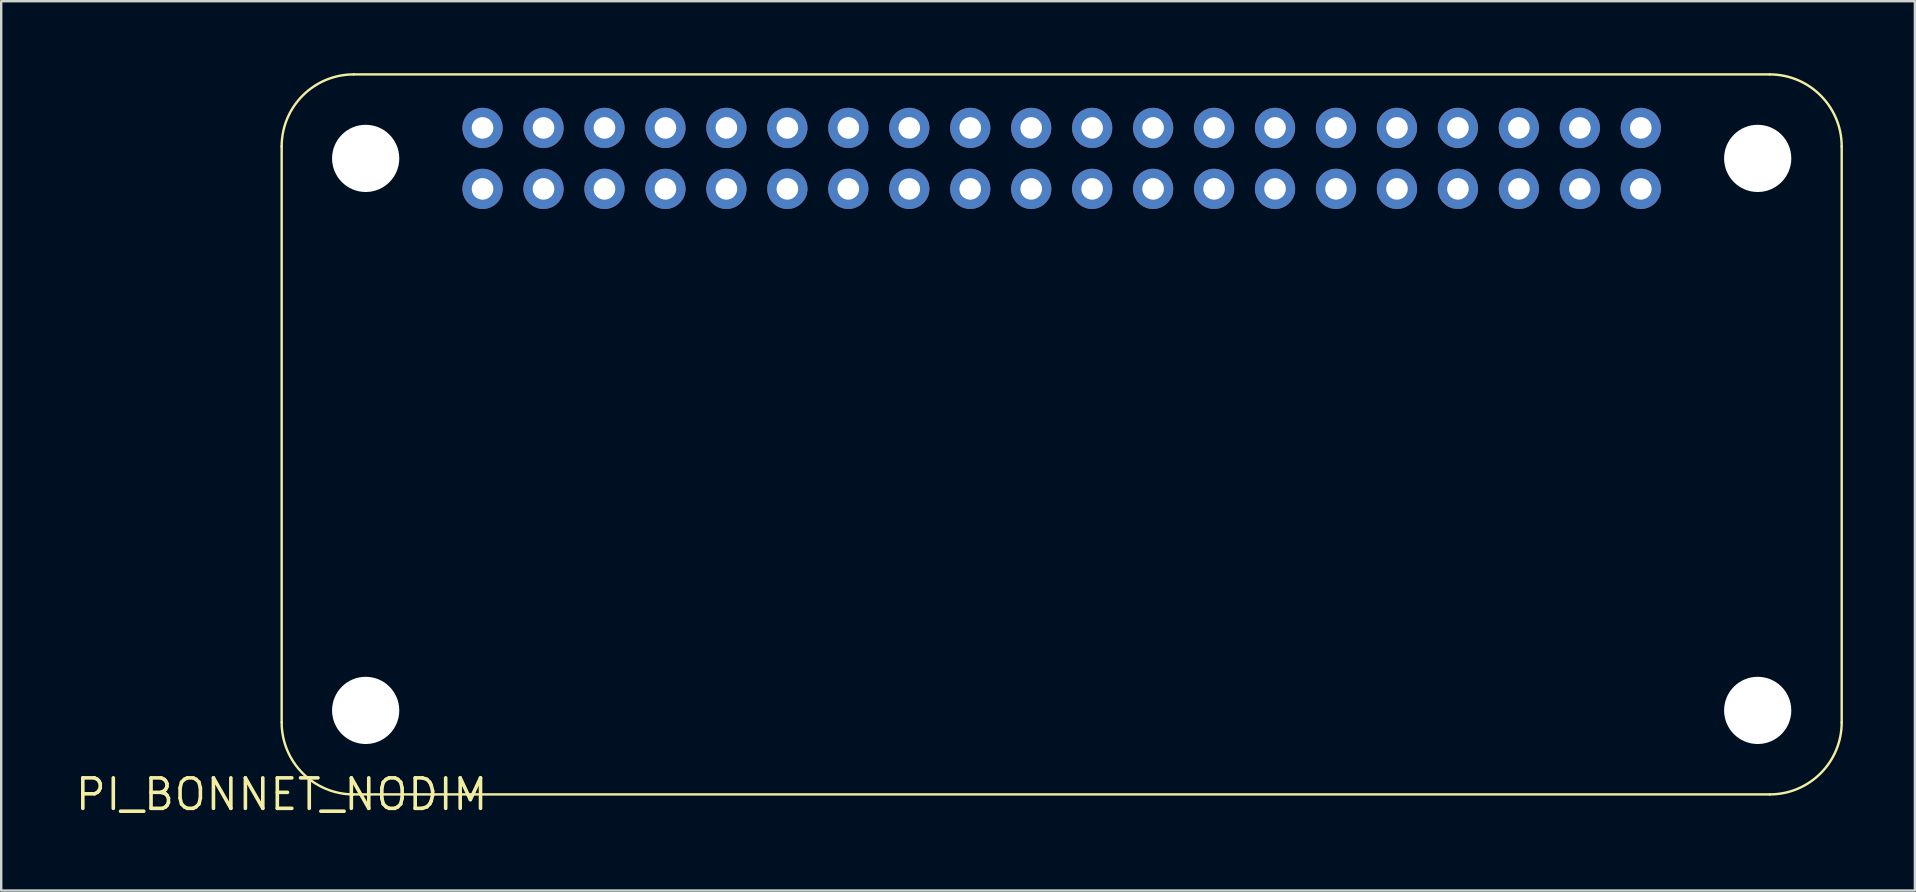
<source format=kicad_pcb>
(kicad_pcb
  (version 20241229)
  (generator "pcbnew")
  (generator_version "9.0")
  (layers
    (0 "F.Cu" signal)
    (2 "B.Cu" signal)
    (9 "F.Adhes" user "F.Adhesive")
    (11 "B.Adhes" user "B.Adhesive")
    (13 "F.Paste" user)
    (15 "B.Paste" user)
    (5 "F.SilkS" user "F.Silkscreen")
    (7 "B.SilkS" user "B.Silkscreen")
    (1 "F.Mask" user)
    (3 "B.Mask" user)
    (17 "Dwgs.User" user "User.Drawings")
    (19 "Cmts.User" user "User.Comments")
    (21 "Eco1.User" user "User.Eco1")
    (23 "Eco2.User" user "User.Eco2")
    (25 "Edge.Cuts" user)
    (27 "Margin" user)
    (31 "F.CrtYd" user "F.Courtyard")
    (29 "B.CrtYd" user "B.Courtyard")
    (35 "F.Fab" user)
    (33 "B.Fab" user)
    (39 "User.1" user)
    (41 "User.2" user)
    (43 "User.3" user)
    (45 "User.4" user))
  (footprint "PI_BONNET_NODIM"
    (layer "F.Cu")
    (at 8.686 30.05)
    (property "Reference" "PI_BONNET_NODIM" (at 0 0 0) (layer "F.SilkS") (effects (font (size 1.27 1.27) (thickness 0.15))))
    (fp_line (start 0 -27) (end 0 -3) (stroke (width 0.1) (type solid)) (layer "F.SilkS"))
    (fp_line (start 3 0) (end 62 0) (stroke (width 0.1) (type solid)) (layer "F.SilkS"))
    (fp_line (start 62 -30) (end 3 -30) (stroke (width 0.1) (type solid)) (layer "F.SilkS"))
    (fp_line (start 65 -3) (end 65 -27) (stroke (width 0.1) (type solid)) (layer "F.SilkS"))
    (fp_arc (start 0 -27) (mid 0.87868 -29.12132) (end 3 -30) (stroke (width 0.1) (type solid)) (layer "F.SilkS"))
    (fp_arc (start 3 0) (mid 0.87868 -0.87868) (end 0 -3) (stroke (width 0.1) (type solid)) (layer "F.SilkS"))
    (fp_arc (start 62 -30) (mid 64.12132 -29.12132) (end 65 -27) (stroke (width 0.1) (type solid)) (layer "F.SilkS"))
    (fp_arc (start 65 -3) (mid 64.12132 -0.87868) (end 62 0) (stroke (width 0.1) (type solid)) (layer "F.SilkS"))
    (pad "" np_thru_hole circle (at 3.5 -26.5) (size 2.8 2.8) (drill 2.8) (layers "*.Cu" "*.Mask"))
    (pad "" np_thru_hole circle (at 3.5 -3.5) (size 2.8 2.8) (drill 2.8) (layers "*.Cu" "*.Mask"))
    (pad "" np_thru_hole circle (at 61.5 -26.5) (size 2.8 2.8) (drill 2.8) (layers "*.Cu" "*.Mask"))
    (pad "" np_thru_hole circle (at 61.5 -3.5) (size 2.8 2.8) (drill 2.8) (layers "*.Cu" "*.Mask"))
    (pad "1" thru_hole circle (at 8.37 -25.23) (size 1.676 1.676) (drill 0.9) (layers "*.Cu" "*.Mask"))
    (pad "2" thru_hole circle (at 8.37 -27.77) (size 1.676 1.676) (drill 0.9) (layers "*.Cu" "*.Mask"))
    (pad "3" thru_hole circle (at 10.91 -25.23) (size 1.676 1.676) (drill 0.9) (layers "*.Cu" "*.Mask"))
    (pad "4" thru_hole circle (at 10.91 -27.77) (size 1.676 1.676) (drill 0.9) (layers "*.Cu" "*.Mask"))
    (pad "5" thru_hole circle (at 13.45 -25.23) (size 1.676 1.676) (drill 0.9) (layers "*.Cu" "*.Mask"))
    (pad "6" thru_hole circle (at 13.45 -27.77) (size 1.676 1.676) (drill 0.9) (layers "*.Cu" "*.Mask"))
    (pad "7" thru_hole circle (at 15.99 -25.23) (size 1.676 1.676) (drill 0.9) (layers "*.Cu" "*.Mask"))
    (pad "8" thru_hole circle (at 15.99 -27.77) (size 1.676 1.676) (drill 0.9) (layers "*.Cu" "*.Mask"))
    (pad "9" thru_hole circle (at 18.53 -25.23) (size 1.676 1.676) (drill 0.9) (layers "*.Cu" "*.Mask"))
    (pad "10" thru_hole circle (at 18.53 -27.77) (size 1.676 1.676) (drill 0.9) (layers "*.Cu" "*.Mask"))
    (pad "11" thru_hole circle (at 21.07 -25.23) (size 1.676 1.676) (drill 0.9) (layers "*.Cu" "*.Mask"))
    (pad "12" thru_hole circle (at 21.07 -27.77) (size 1.676 1.676) (drill 0.9) (layers "*.Cu" "*.Mask"))
    (pad "13" thru_hole circle (at 23.61 -25.23) (size 1.676 1.676) (drill 0.9) (layers "*.Cu" "*.Mask"))
    (pad "14" thru_hole circle (at 23.61 -27.77) (size 1.676 1.676) (drill 0.9) (layers "*.Cu" "*.Mask"))
    (pad "15" thru_hole circle (at 26.15 -25.23) (size 1.676 1.676) (drill 0.9) (layers "*.Cu" "*.Mask"))
    (pad "16" thru_hole circle (at 26.15 -27.77) (size 1.676 1.676) (drill 0.9) (layers "*.Cu" "*.Mask"))
    (pad "17" thru_hole circle (at 28.69 -25.23) (size 1.676 1.676) (drill 0.9) (layers "*.Cu" "*.Mask"))
    (pad "18" thru_hole circle (at 28.69 -27.77) (size 1.676 1.676) (drill 0.9) (layers "*.Cu" "*.Mask"))
    (pad "19" thru_hole circle (at 31.23 -25.23) (size 1.676 1.676) (drill 0.9) (layers "*.Cu" "*.Mask"))
    (pad "20" thru_hole circle (at 31.23 -27.77) (size 1.676 1.676) (drill 0.9) (layers "*.Cu" "*.Mask"))
    (pad "21" thru_hole circle (at 33.77 -25.23) (size 1.676 1.676) (drill 0.9) (layers "*.Cu" "*.Mask"))
    (pad "22" thru_hole circle (at 33.77 -27.77) (size 1.676 1.676) (drill 0.9) (layers "*.Cu" "*.Mask"))
    (pad "23" thru_hole circle (at 36.31 -25.23) (size 1.676 1.676) (drill 0.9) (layers "*.Cu" "*.Mask"))
    (pad "24" thru_hole circle (at 36.31 -27.77) (size 1.676 1.676) (drill 0.9) (layers "*.Cu" "*.Mask"))
    (pad "25" thru_hole circle (at 38.85 -25.23) (size 1.676 1.676) (drill 0.9) (layers "*.Cu" "*.Mask"))
    (pad "26" thru_hole circle (at 38.85 -27.77) (size 1.676 1.676) (drill 0.9) (layers "*.Cu" "*.Mask"))
    (pad "27" thru_hole circle (at 41.39 -25.23) (size 1.676 1.676) (drill 0.9) (layers "*.Cu" "*.Mask"))
    (pad "28" thru_hole circle (at 41.39 -27.77) (size 1.676 1.676) (drill 0.9) (layers "*.Cu" "*.Mask"))
    (pad "29" thru_hole circle (at 43.93 -25.23) (size 1.676 1.676) (drill 0.9) (layers "*.Cu" "*.Mask"))
    (pad "30" thru_hole circle (at 43.93 -27.77) (size 1.676 1.676) (drill 0.9) (layers "*.Cu" "*.Mask"))
    (pad "31" thru_hole circle (at 46.47 -25.23) (size 1.676 1.676) (drill 0.9) (layers "*.Cu" "*.Mask"))
    (pad "32" thru_hole circle (at 46.47 -27.77) (size 1.676 1.676) (drill 0.9) (layers "*.Cu" "*.Mask"))
    (pad "33" thru_hole circle (at 49.01 -25.23) (size 1.676 1.676) (drill 0.9) (layers "*.Cu" "*.Mask"))
    (pad "34" thru_hole circle (at 49.01 -27.77) (size 1.676 1.676) (drill 0.9) (layers "*.Cu" "*.Mask"))
    (pad "35" thru_hole circle (at 51.55 -25.23) (size 1.676 1.676) (drill 0.9) (layers "*.Cu" "*.Mask"))
    (pad "36" thru_hole circle (at 51.55 -27.77) (size 1.676 1.676) (drill 0.9) (layers "*.Cu" "*.Mask"))
    (pad "37" thru_hole circle (at 54.09 -25.23) (size 1.676 1.676) (drill 0.9) (layers "*.Cu" "*.Mask"))
    (pad "38" thru_hole circle (at 54.09 -27.77) (size 1.676 1.676) (drill 0.9) (layers "*.Cu" "*.Mask"))
    (pad "39" thru_hole circle (at 56.63 -25.23) (size 1.676 1.676) (drill 0.9) (layers "*.Cu" "*.Mask"))
    (pad "40" thru_hole circle (at 56.63 -27.77) (size 1.676 1.676) (drill 0.9) (layers "*.Cu" "*.Mask"))
    (zone (net_name "") (layer "F.Cu") (hatch edge 0.5) (connect_pads) (min_thickness 0.25) (filled_areas_thickness no) (keepout (tracks not_allowed) (vias not_allowed) (pads not_allowed) (copperpour not_allowed) (footprints allowed)) (placement (enabled no)) (fill) (polygon (pts (xy 15.286 3.55) (xy 15.265 3.197) (xy 15.205 2.848) (xy 15.105 2.508) (xy 14.968 2.182) (xy 14.794 1.874) (xy 14.585 1.588) (xy 14.346 1.327) (xy 14.079 1.095) (xy 13.786 0.895) (xy 13.473 0.73) (xy 13.144 0.602) (xy 12.801 0.512) (xy 12.451 0.461) (xy 12.097 0.451) (xy 11.744 0.482) (xy 11.398 0.552) (xy 11.061 0.661) (xy 10.739 0.808) (xy 10.436 0.991) (xy 10.156 1.207) (xy 9.902 1.454) (xy 9.678 1.728) (xy 9.486 2.026) (xy 9.33 2.343) (xy 9.211 2.677) (xy 9.131 3.021) (xy 9.091 3.373) (xy 9.091 3.727) (xy 9.131 4.079) (xy 9.211 4.423) (xy 9.33 4.757) (xy 9.486 5.074) (xy 9.678 5.372) (xy 9.902 5.646) (xy 10.156 5.893) (xy 10.436 6.109) (xy 10.739 6.292) (xy 11.061 6.439) (xy 11.398 6.548) (xy 11.744 6.618) (xy 12.097 6.649) (xy 12.451 6.639) (xy 12.801 6.588) (xy 13.144 6.498) (xy 13.473 6.37) (xy 13.786 6.205) (xy 14.079 6.005) (xy 14.346 5.773) (xy 14.585 5.512) (xy 14.794 5.226) (xy 14.968 4.918) (xy 15.105 4.592) (xy 15.205 4.252) (xy 15.265 3.903))))
    (zone (net_name "") (layer "F.Cu") (hatch edge 0.5) (connect_pads) (min_thickness 0.25) (filled_areas_thickness no) (keepout (tracks not_allowed) (vias not_allowed) (pads not_allowed) (copperpour not_allowed) (footprints allowed)) (placement (enabled no)) (fill) (polygon (pts (xy 15.286 26.55) (xy 15.265 26.197) (xy 15.205 25.848) (xy 15.105 25.508) (xy 14.968 25.182) (xy 14.794 24.874) (xy 14.585 24.588) (xy 14.346 24.327) (xy 14.079 24.095) (xy 13.786 23.895) (xy 13.473 23.73) (xy 13.144 23.602) (xy 12.801 23.512) (xy 12.451 23.461) (xy 12.097 23.451) (xy 11.744 23.482) (xy 11.398 23.552) (xy 11.061 23.661) (xy 10.739 23.808) (xy 10.436 23.991) (xy 10.156 24.207) (xy 9.902 24.454) (xy 9.678 24.728) (xy 9.486 25.026) (xy 9.33 25.343) (xy 9.211 25.677) (xy 9.131 26.021) (xy 9.091 26.373) (xy 9.091 26.727) (xy 9.131 27.079) (xy 9.211 27.423) (xy 9.33 27.757) (xy 9.486 28.074) (xy 9.678 28.372) (xy 9.902 28.646) (xy 10.156 28.893) (xy 10.436 29.109) (xy 10.739 29.292) (xy 11.061 29.439) (xy 11.398 29.548) (xy 11.744 29.618) (xy 12.097 29.649) (xy 12.451 29.639) (xy 12.801 29.588) (xy 13.144 29.498) (xy 13.473 29.37) (xy 13.786 29.205) (xy 14.079 29.005) (xy 14.346 28.773) (xy 14.585 28.512) (xy 14.794 28.226) (xy 14.968 27.918) (xy 15.105 27.592) (xy 15.205 27.252) (xy 15.265 26.903))))
    (zone (net_name "") (layer "F.Cu") (hatch edge 0.5) (connect_pads) (min_thickness 0.25) (filled_areas_thickness no) (keepout (tracks not_allowed) (vias not_allowed) (pads not_allowed) (copperpour not_allowed) (footprints allowed)) (placement (enabled no)) (fill) (polygon (pts (xy 73.286 3.55) (xy 73.265 3.197) (xy 73.205 2.848) (xy 73.105 2.508) (xy 72.968 2.182) (xy 72.794 1.874) (xy 72.585 1.588) (xy 72.346 1.327) (xy 72.079 1.095) (xy 71.786 0.895) (xy 71.473 0.73) (xy 71.144 0.602) (xy 70.801 0.512) (xy 70.451 0.461) (xy 70.097 0.451) (xy 69.744 0.482) (xy 69.398 0.552) (xy 69.061 0.661) (xy 68.739 0.808) (xy 68.436 0.991) (xy 68.156 1.207) (xy 67.902 1.454) (xy 67.678 1.728) (xy 67.486 2.026) (xy 67.33 2.343) (xy 67.211 2.677) (xy 67.131 3.021) (xy 67.091 3.373) (xy 67.091 3.727) (xy 67.131 4.079) (xy 67.211 4.423) (xy 67.33 4.757) (xy 67.486 5.074) (xy 67.678 5.372) (xy 67.902 5.646) (xy 68.156 5.893) (xy 68.436 6.109) (xy 68.739 6.292) (xy 69.061 6.439) (xy 69.398 6.548) (xy 69.744 6.618) (xy 70.097 6.649) (xy 70.451 6.639) (xy 70.801 6.588) (xy 71.144 6.498) (xy 71.473 6.37) (xy 71.786 6.205) (xy 72.079 6.005) (xy 72.346 5.773) (xy 72.585 5.512) (xy 72.794 5.226) (xy 72.968 4.918) (xy 73.105 4.592) (xy 73.205 4.252) (xy 73.265 3.903))))
    (zone (net_name "") (layer "F.Cu") (hatch edge 0.5) (connect_pads) (min_thickness 0.25) (filled_areas_thickness no) (keepout (tracks not_allowed) (vias not_allowed) (pads not_allowed) (copperpour not_allowed) (footprints allowed)) (placement (enabled no)) (fill) (polygon (pts (xy 73.286 26.55) (xy 73.265 26.197) (xy 73.205 25.848) (xy 73.105 25.508) (xy 72.968 25.182) (xy 72.794 24.874) (xy 72.585 24.588) (xy 72.346 24.327) (xy 72.079 24.095) (xy 71.786 23.895) (xy 71.473 23.73) (xy 71.144 23.602) (xy 70.801 23.512) (xy 70.451 23.461) (xy 70.097 23.451) (xy 69.744 23.482) (xy 69.398 23.552) (xy 69.061 23.661) (xy 68.739 23.808) (xy 68.436 23.991) (xy 68.156 24.207) (xy 67.902 24.454) (xy 67.678 24.728) (xy 67.486 25.026) (xy 67.33 25.343) (xy 67.211 25.677) (xy 67.131 26.021) (xy 67.091 26.373) (xy 67.091 26.727) (xy 67.131 27.079) (xy 67.211 27.423) (xy 67.33 27.757) (xy 67.486 28.074) (xy 67.678 28.372) (xy 67.902 28.646) (xy 68.156 28.893) (xy 68.436 29.109) (xy 68.739 29.292) (xy 69.061 29.439) (xy 69.398 29.548) (xy 69.744 29.618) (xy 70.097 29.649) (xy 70.451 29.639) (xy 70.801 29.588) (xy 71.144 29.498) (xy 71.473 29.37) (xy 71.786 29.205) (xy 72.079 29.005) (xy 72.346 28.773) (xy 72.585 28.512) (xy 72.794 28.226) (xy 72.968 27.918) (xy 73.105 27.592) (xy 73.205 27.252) (xy 73.265 26.903)))))
  (gr_rect
    (start -3 -3)
    (end 76.736 34.056)
    (stroke (width 0.1) (type default))
    (fill no)
    (layer "Edge.Cuts")))
</source>
